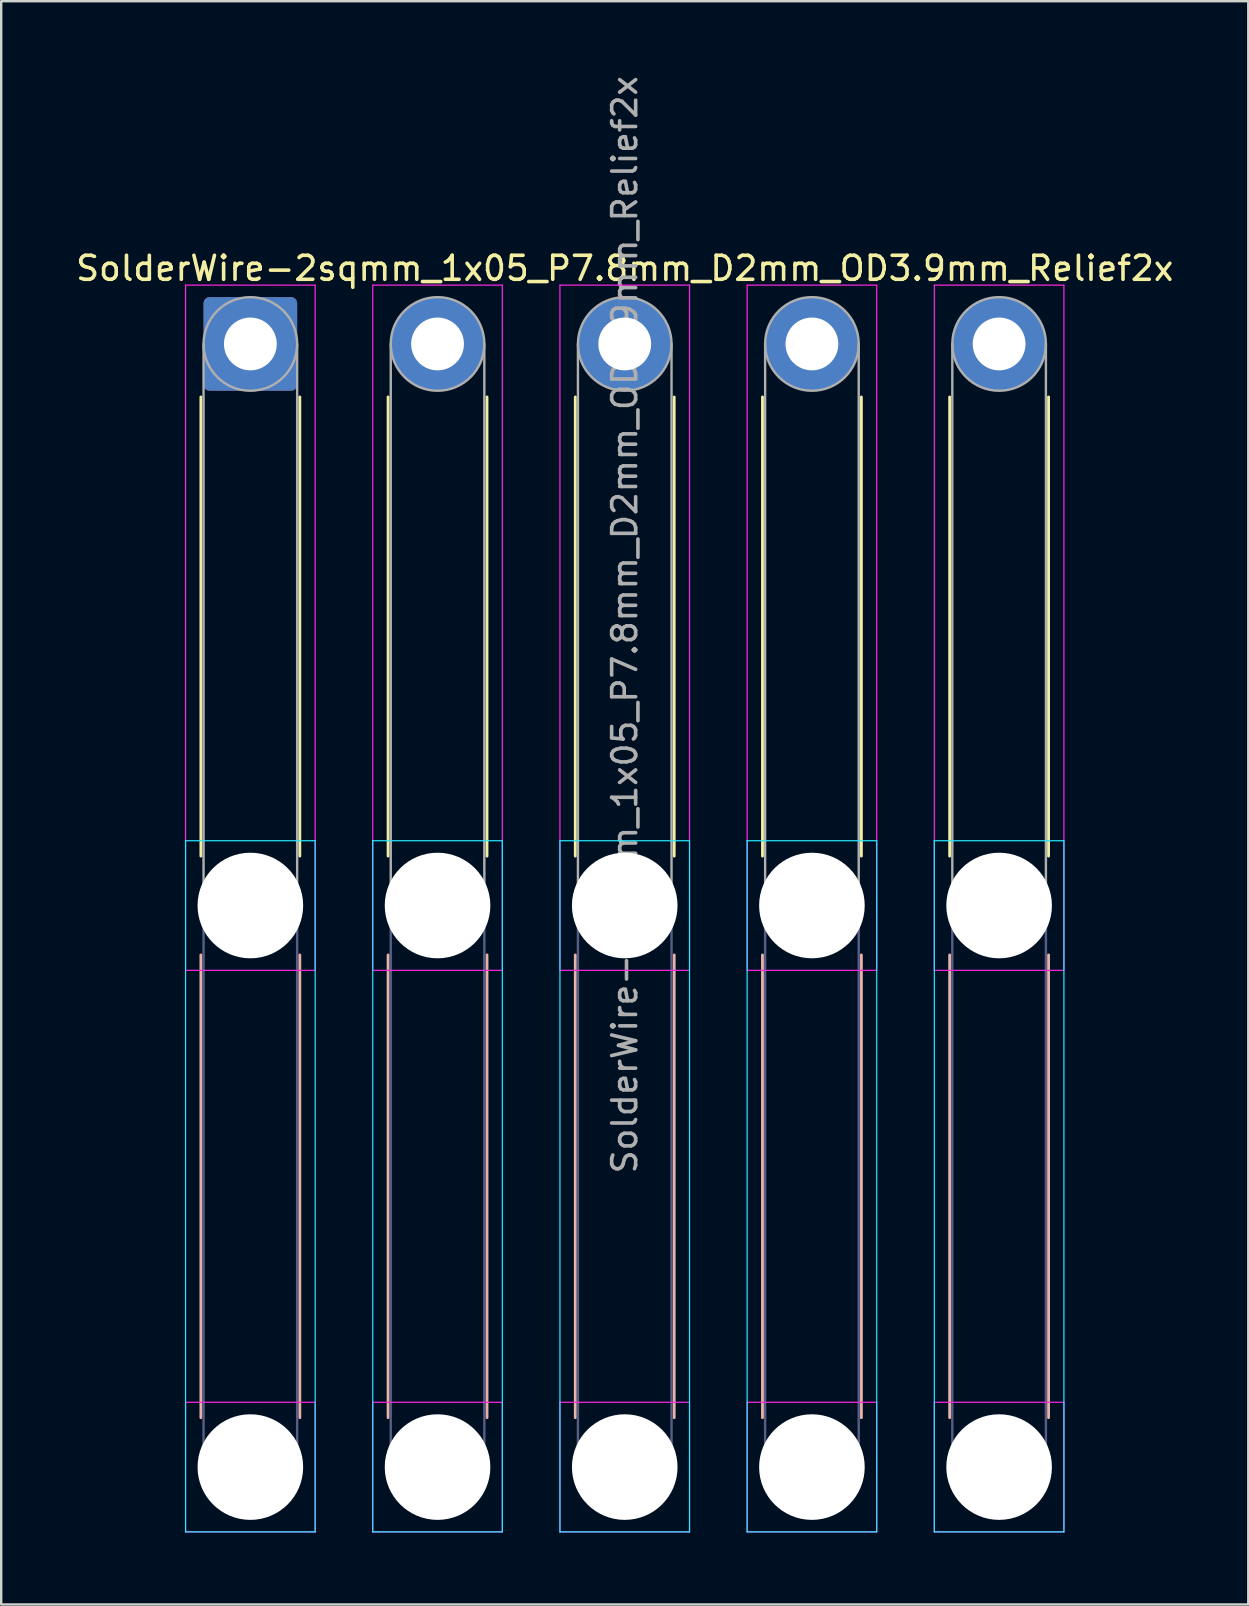
<source format=kicad_pcb>
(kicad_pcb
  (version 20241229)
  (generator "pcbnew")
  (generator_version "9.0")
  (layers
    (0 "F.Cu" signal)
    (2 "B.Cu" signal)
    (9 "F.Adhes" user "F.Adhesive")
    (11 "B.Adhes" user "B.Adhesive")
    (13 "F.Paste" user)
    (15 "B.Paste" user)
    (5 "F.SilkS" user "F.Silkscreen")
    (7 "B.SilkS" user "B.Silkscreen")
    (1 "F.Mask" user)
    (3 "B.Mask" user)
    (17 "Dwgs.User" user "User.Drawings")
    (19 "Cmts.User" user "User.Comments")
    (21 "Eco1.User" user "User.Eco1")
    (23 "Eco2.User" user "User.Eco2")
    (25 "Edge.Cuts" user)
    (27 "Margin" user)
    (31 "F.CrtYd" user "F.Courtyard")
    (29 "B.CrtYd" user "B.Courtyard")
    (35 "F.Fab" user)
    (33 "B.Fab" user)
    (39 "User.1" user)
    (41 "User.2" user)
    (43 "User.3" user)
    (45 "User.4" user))
  (footprint "SolderWire-2sqmm_1x05_P7.8mm_D2mm_OD3.9mm_Relief2x"
    (layer "F.Cu")
    (at 7.382 11.282)
    (property "Reference" "SolderWire-2sqmm_1x05_P7.8mm_D2mm_OD3.9mm_Relief2x" (at 15.6 -3.15 0) (layer "F.SilkS") (effects (font (size 1 1) (thickness 0.15))))
    (attr exclude_from_pos_files exclude_from_bom)
    (fp_line (start -2.06 2.21) (end -2.06 21.34) (stroke (width 0.12) (type solid)) (layer "F.SilkS"))
    (fp_line (start 2.06 2.21) (end 2.06 21.34) (stroke (width 0.12) (type solid)) (layer "F.SilkS"))
    (fp_line (start 5.74 2.21) (end 5.74 21.34) (stroke (width 0.12) (type solid)) (layer "F.SilkS"))
    (fp_line (start 9.86 2.21) (end 9.86 21.34) (stroke (width 0.12) (type solid)) (layer "F.SilkS"))
    (fp_line (start 13.54 2.21) (end 13.54 21.34) (stroke (width 0.12) (type solid)) (layer "F.SilkS"))
    (fp_line (start 17.66 2.21) (end 17.66 21.34) (stroke (width 0.12) (type solid)) (layer "F.SilkS"))
    (fp_line (start 21.34 2.21) (end 21.34 21.34) (stroke (width 0.12) (type solid)) (layer "F.SilkS"))
    (fp_line (start 25.46 2.21) (end 25.46 21.34) (stroke (width 0.12) (type solid)) (layer "F.SilkS"))
    (fp_line (start 29.14 2.21) (end 29.14 21.34) (stroke (width 0.12) (type solid)) (layer "F.SilkS"))
    (fp_line (start 33.26 2.21) (end 33.26 21.34) (stroke (width 0.12) (type solid)) (layer "F.SilkS"))
    (fp_line (start -2.06 25.46) (end -2.06 44.74) (stroke (width 0.12) (type solid)) (layer "B.SilkS"))
    (fp_line (start 2.06 25.46) (end 2.06 44.74) (stroke (width 0.12) (type solid)) (layer "B.SilkS"))
    (fp_line (start 5.74 25.46) (end 5.74 44.74) (stroke (width 0.12) (type solid)) (layer "B.SilkS"))
    (fp_line (start 9.86 25.46) (end 9.86 44.74) (stroke (width 0.12) (type solid)) (layer "B.SilkS"))
    (fp_line (start 13.54 25.46) (end 13.54 44.74) (stroke (width 0.12) (type solid)) (layer "B.SilkS"))
    (fp_line (start 17.66 25.46) (end 17.66 44.74) (stroke (width 0.12) (type solid)) (layer "B.SilkS"))
    (fp_line (start 21.34 25.46) (end 21.34 44.74) (stroke (width 0.12) (type solid)) (layer "B.SilkS"))
    (fp_line (start 25.46 25.46) (end 25.46 44.74) (stroke (width 0.12) (type solid)) (layer "B.SilkS"))
    (fp_line (start 29.14 25.46) (end 29.14 44.74) (stroke (width 0.12) (type solid)) (layer "B.SilkS"))
    (fp_line (start 33.26 25.46) (end 33.26 44.74) (stroke (width 0.12) (type solid)) (layer "B.SilkS"))
    (fp_line (start -2.7 20.7) (end -2.7 49.5) (stroke (width 0.05) (type solid)) (layer "B.CrtYd"))
    (fp_line (start -2.7 49.5) (end 2.7 49.5) (stroke (width 0.05) (type solid)) (layer "B.CrtYd"))
    (fp_line (start 2.7 20.7) (end -2.7 20.7) (stroke (width 0.05) (type solid)) (layer "B.CrtYd"))
    (fp_line (start 2.7 49.5) (end 2.7 20.7) (stroke (width 0.05) (type solid)) (layer "B.CrtYd"))
    (fp_line (start 5.1 20.7) (end 5.1 49.5) (stroke (width 0.05) (type solid)) (layer "B.CrtYd"))
    (fp_line (start 5.1 49.5) (end 10.5 49.5) (stroke (width 0.05) (type solid)) (layer "B.CrtYd"))
    (fp_line (start 10.5 20.7) (end 5.1 20.7) (stroke (width 0.05) (type solid)) (layer "B.CrtYd"))
    (fp_line (start 10.5 49.5) (end 10.5 20.7) (stroke (width 0.05) (type solid)) (layer "B.CrtYd"))
    (fp_line (start 12.9 20.7) (end 12.9 49.5) (stroke (width 0.05) (type solid)) (layer "B.CrtYd"))
    (fp_line (start 12.9 49.5) (end 18.3 49.5) (stroke (width 0.05) (type solid)) (layer "B.CrtYd"))
    (fp_line (start 18.3 20.7) (end 12.9 20.7) (stroke (width 0.05) (type solid)) (layer "B.CrtYd"))
    (fp_line (start 18.3 49.5) (end 18.3 20.7) (stroke (width 0.05) (type solid)) (layer "B.CrtYd"))
    (fp_line (start 20.7 20.7) (end 20.7 49.5) (stroke (width 0.05) (type solid)) (layer "B.CrtYd"))
    (fp_line (start 20.7 49.5) (end 26.1 49.5) (stroke (width 0.05) (type solid)) (layer "B.CrtYd"))
    (fp_line (start 26.1 20.7) (end 20.7 20.7) (stroke (width 0.05) (type solid)) (layer "B.CrtYd"))
    (fp_line (start 26.1 49.5) (end 26.1 20.7) (stroke (width 0.05) (type solid)) (layer "B.CrtYd"))
    (fp_line (start 28.5 20.7) (end 28.5 49.5) (stroke (width 0.05) (type solid)) (layer "B.CrtYd"))
    (fp_line (start 28.5 49.5) (end 33.9 49.5) (stroke (width 0.05) (type solid)) (layer "B.CrtYd"))
    (fp_line (start 33.9 20.7) (end 28.5 20.7) (stroke (width 0.05) (type solid)) (layer "B.CrtYd"))
    (fp_line (start 33.9 49.5) (end 33.9 20.7) (stroke (width 0.05) (type solid)) (layer "B.CrtYd"))
    (fp_line (start -2.7 -2.45) (end -2.7 26.1) (stroke (width 0.05) (type solid)) (layer "F.CrtYd"))
    (fp_line (start -2.7 26.1) (end 2.7 26.1) (stroke (width 0.05) (type solid)) (layer "F.CrtYd"))
    (fp_line (start -2.7 44.1) (end -2.7 49.5) (stroke (width 0.05) (type solid)) (layer "F.CrtYd"))
    (fp_line (start -2.7 49.5) (end 2.7 49.5) (stroke (width 0.05) (type solid)) (layer "F.CrtYd"))
    (fp_line (start 2.7 -2.45) (end -2.7 -2.45) (stroke (width 0.05) (type solid)) (layer "F.CrtYd"))
    (fp_line (start 2.7 26.1) (end 2.7 -2.45) (stroke (width 0.05) (type solid)) (layer "F.CrtYd"))
    (fp_line (start 2.7 44.1) (end -2.7 44.1) (stroke (width 0.05) (type solid)) (layer "F.CrtYd"))
    (fp_line (start 2.7 49.5) (end 2.7 44.1) (stroke (width 0.05) (type solid)) (layer "F.CrtYd"))
    (fp_line (start 5.1 -2.45) (end 5.1 26.1) (stroke (width 0.05) (type solid)) (layer "F.CrtYd"))
    (fp_line (start 5.1 26.1) (end 10.5 26.1) (stroke (width 0.05) (type solid)) (layer "F.CrtYd"))
    (fp_line (start 5.1 44.1) (end 5.1 49.5) (stroke (width 0.05) (type solid)) (layer "F.CrtYd"))
    (fp_line (start 5.1 49.5) (end 10.5 49.5) (stroke (width 0.05) (type solid)) (layer "F.CrtYd"))
    (fp_line (start 10.5 -2.45) (end 5.1 -2.45) (stroke (width 0.05) (type solid)) (layer "F.CrtYd"))
    (fp_line (start 10.5 26.1) (end 10.5 -2.45) (stroke (width 0.05) (type solid)) (layer "F.CrtYd"))
    (fp_line (start 10.5 44.1) (end 5.1 44.1) (stroke (width 0.05) (type solid)) (layer "F.CrtYd"))
    (fp_line (start 10.5 49.5) (end 10.5 44.1) (stroke (width 0.05) (type solid)) (layer "F.CrtYd"))
    (fp_line (start 12.9 -2.45) (end 12.9 26.1) (stroke (width 0.05) (type solid)) (layer "F.CrtYd"))
    (fp_line (start 12.9 26.1) (end 18.3 26.1) (stroke (width 0.05) (type solid)) (layer "F.CrtYd"))
    (fp_line (start 12.9 44.1) (end 12.9 49.5) (stroke (width 0.05) (type solid)) (layer "F.CrtYd"))
    (fp_line (start 12.9 49.5) (end 18.3 49.5) (stroke (width 0.05) (type solid)) (layer "F.CrtYd"))
    (fp_line (start 18.3 -2.45) (end 12.9 -2.45) (stroke (width 0.05) (type solid)) (layer "F.CrtYd"))
    (fp_line (start 18.3 26.1) (end 18.3 -2.45) (stroke (width 0.05) (type solid)) (layer "F.CrtYd"))
    (fp_line (start 18.3 44.1) (end 12.9 44.1) (stroke (width 0.05) (type solid)) (layer "F.CrtYd"))
    (fp_line (start 18.3 49.5) (end 18.3 44.1) (stroke (width 0.05) (type solid)) (layer "F.CrtYd"))
    (fp_line (start 20.7 -2.45) (end 20.7 26.1) (stroke (width 0.05) (type solid)) (layer "F.CrtYd"))
    (fp_line (start 20.7 26.1) (end 26.1 26.1) (stroke (width 0.05) (type solid)) (layer "F.CrtYd"))
    (fp_line (start 20.7 44.1) (end 20.7 49.5) (stroke (width 0.05) (type solid)) (layer "F.CrtYd"))
    (fp_line (start 20.7 49.5) (end 26.1 49.5) (stroke (width 0.05) (type solid)) (layer "F.CrtYd"))
    (fp_line (start 26.1 -2.45) (end 20.7 -2.45) (stroke (width 0.05) (type solid)) (layer "F.CrtYd"))
    (fp_line (start 26.1 26.1) (end 26.1 -2.45) (stroke (width 0.05) (type solid)) (layer "F.CrtYd"))
    (fp_line (start 26.1 44.1) (end 20.7 44.1) (stroke (width 0.05) (type solid)) (layer "F.CrtYd"))
    (fp_line (start 26.1 49.5) (end 26.1 44.1) (stroke (width 0.05) (type solid)) (layer "F.CrtYd"))
    (fp_line (start 28.5 -2.45) (end 28.5 26.1) (stroke (width 0.05) (type solid)) (layer "F.CrtYd"))
    (fp_line (start 28.5 26.1) (end 33.9 26.1) (stroke (width 0.05) (type solid)) (layer "F.CrtYd"))
    (fp_line (start 28.5 44.1) (end 28.5 49.5) (stroke (width 0.05) (type solid)) (layer "F.CrtYd"))
    (fp_line (start 28.5 49.5) (end 33.9 49.5) (stroke (width 0.05) (type solid)) (layer "F.CrtYd"))
    (fp_line (start 33.9 -2.45) (end 28.5 -2.45) (stroke (width 0.05) (type solid)) (layer "F.CrtYd"))
    (fp_line (start 33.9 26.1) (end 33.9 -2.45) (stroke (width 0.05) (type solid)) (layer "F.CrtYd"))
    (fp_line (start 33.9 44.1) (end 28.5 44.1) (stroke (width 0.05) (type solid)) (layer "F.CrtYd"))
    (fp_line (start 33.9 49.5) (end 33.9 44.1) (stroke (width 0.05) (type solid)) (layer "F.CrtYd"))
    (fp_line (start -1.95 23.4) (end -1.95 46.8) (stroke (width 0.1) (type solid)) (layer "B.Fab"))
    (fp_line (start 1.95 23.4) (end 1.95 46.8) (stroke (width 0.1) (type solid)) (layer "B.Fab"))
    (fp_line (start 5.85 23.4) (end 5.85 46.8) (stroke (width 0.1) (type solid)) (layer "B.Fab"))
    (fp_line (start 9.75 23.4) (end 9.75 46.8) (stroke (width 0.1) (type solid)) (layer "B.Fab"))
    (fp_line (start 13.65 23.4) (end 13.65 46.8) (stroke (width 0.1) (type solid)) (layer "B.Fab"))
    (fp_line (start 17.55 23.4) (end 17.55 46.8) (stroke (width 0.1) (type solid)) (layer "B.Fab"))
    (fp_line (start 21.45 23.4) (end 21.45 46.8) (stroke (width 0.1) (type solid)) (layer "B.Fab"))
    (fp_line (start 25.35 23.4) (end 25.35 46.8) (stroke (width 0.1) (type solid)) (layer "B.Fab"))
    (fp_line (start 29.25 23.4) (end 29.25 46.8) (stroke (width 0.1) (type solid)) (layer "B.Fab"))
    (fp_line (start 33.15 23.4) (end 33.15 46.8) (stroke (width 0.1) (type solid)) (layer "B.Fab"))
    (fp_circle (center 0 23.4) (end 1.95 23.4) (stroke (width 0.1) (type solid)) (fill no) (layer "B.Fab"))
    (fp_circle (center 0 46.8) (end 1.95 46.8) (stroke (width 0.1) (type solid)) (fill no) (layer "B.Fab"))
    (fp_circle (center 7.8 23.4) (end 9.75 23.4) (stroke (width 0.1) (type solid)) (fill no) (layer "B.Fab"))
    (fp_circle (center 7.8 46.8) (end 9.75 46.8) (stroke (width 0.1) (type solid)) (fill no) (layer "B.Fab"))
    (fp_circle (center 15.6 23.4) (end 17.55 23.4) (stroke (width 0.1) (type solid)) (fill no) (layer "B.Fab"))
    (fp_circle (center 15.6 46.8) (end 17.55 46.8) (stroke (width 0.1) (type solid)) (fill no) (layer "B.Fab"))
    (fp_circle (center 23.4 23.4) (end 25.35 23.4) (stroke (width 0.1) (type solid)) (fill no) (layer "B.Fab"))
    (fp_circle (center 23.4 46.8) (end 25.35 46.8) (stroke (width 0.1) (type solid)) (fill no) (layer "B.Fab"))
    (fp_circle (center 31.2 23.4) (end 33.15 23.4) (stroke (width 0.1) (type solid)) (fill no) (layer "B.Fab"))
    (fp_circle (center 31.2 46.8) (end 33.15 46.8) (stroke (width 0.1) (type solid)) (fill no) (layer "B.Fab"))
    (fp_line (start -1.95 0) (end -1.95 23.4) (stroke (width 0.1) (type solid)) (layer "F.Fab"))
    (fp_line (start 1.95 0) (end 1.95 23.4) (stroke (width 0.1) (type solid)) (layer "F.Fab"))
    (fp_line (start 5.85 0) (end 5.85 23.4) (stroke (width 0.1) (type solid)) (layer "F.Fab"))
    (fp_line (start 9.75 0) (end 9.75 23.4) (stroke (width 0.1) (type solid)) (layer "F.Fab"))
    (fp_line (start 13.65 0) (end 13.65 23.4) (stroke (width 0.1) (type solid)) (layer "F.Fab"))
    (fp_line (start 17.55 0) (end 17.55 23.4) (stroke (width 0.1) (type solid)) (layer "F.Fab"))
    (fp_line (start 21.45 0) (end 21.45 23.4) (stroke (width 0.1) (type solid)) (layer "F.Fab"))
    (fp_line (start 25.35 0) (end 25.35 23.4) (stroke (width 0.1) (type solid)) (layer "F.Fab"))
    (fp_line (start 29.25 0) (end 29.25 23.4) (stroke (width 0.1) (type solid)) (layer "F.Fab"))
    (fp_line (start 33.15 0) (end 33.15 23.4) (stroke (width 0.1) (type solid)) (layer "F.Fab"))
    (fp_circle (center 0 0) (end 1.95 0) (stroke (width 0.1) (type solid)) (fill no) (layer "F.Fab"))
    (fp_circle (center 0 23.4) (end 1.95 23.4) (stroke (width 0.1) (type solid)) (fill no) (layer "F.Fab"))
    (fp_circle (center 0 46.8) (end 1.95 46.8) (stroke (width 0.1) (type solid)) (fill no) (layer "F.Fab"))
    (fp_circle (center 7.8 0) (end 9.75 0) (stroke (width 0.1) (type solid)) (fill no) (layer "F.Fab"))
    (fp_circle (center 7.8 23.4) (end 9.75 23.4) (stroke (width 0.1) (type solid)) (fill no) (layer "F.Fab"))
    (fp_circle (center 7.8 46.8) (end 9.75 46.8) (stroke (width 0.1) (type solid)) (fill no) (layer "F.Fab"))
    (fp_circle (center 15.6 0) (end 17.55 0) (stroke (width 0.1) (type solid)) (fill no) (layer "F.Fab"))
    (fp_circle (center 15.6 23.4) (end 17.55 23.4) (stroke (width 0.1) (type solid)) (fill no) (layer "F.Fab"))
    (fp_circle (center 15.6 46.8) (end 17.55 46.8) (stroke (width 0.1) (type solid)) (fill no) (layer "F.Fab"))
    (fp_circle (center 23.4 0) (end 25.35 0) (stroke (width 0.1) (type solid)) (fill no) (layer "F.Fab"))
    (fp_circle (center 23.4 23.4) (end 25.35 23.4) (stroke (width 0.1) (type solid)) (fill no) (layer "F.Fab"))
    (fp_circle (center 23.4 46.8) (end 25.35 46.8) (stroke (width 0.1) (type solid)) (fill no) (layer "F.Fab"))
    (fp_circle (center 31.2 0) (end 33.15 0) (stroke (width 0.1) (type solid)) (fill no) (layer "F.Fab"))
    (fp_circle (center 31.2 23.4) (end 33.15 23.4) (stroke (width 0.1) (type solid)) (fill no) (layer "F.Fab"))
    (fp_circle (center 31.2 46.8) (end 33.15 46.8) (stroke (width 0.1) (type solid)) (fill no) (layer "F.Fab"))
    (fp_text user "${REFERENCE}" (at 15.6 11.7 90) (layer "F.Fab") (effects (font (size 1 1) (thickness 0.15))))
    (pad "" np_thru_hole circle (at 0 23.4) (size 4.4 4.4) (drill 4.4) (layers "*.Cu" "*.Mask"))
    (pad "" np_thru_hole circle (at 0 46.8) (size 4.4 4.4) (drill 4.4) (layers "*.Cu" "*.Mask"))
    (pad "" np_thru_hole circle (at 7.8 23.4) (size 4.4 4.4) (drill 4.4) (layers "*.Cu" "*.Mask"))
    (pad "" np_thru_hole circle (at 7.8 46.8) (size 4.4 4.4) (drill 4.4) (layers "*.Cu" "*.Mask"))
    (pad "" np_thru_hole circle (at 15.6 23.4) (size 4.4 4.4) (drill 4.4) (layers "*.Cu" "*.Mask"))
    (pad "" np_thru_hole circle (at 15.6 46.8) (size 4.4 4.4) (drill 4.4) (layers "*.Cu" "*.Mask"))
    (pad "" np_thru_hole circle (at 23.4 23.4) (size 4.4 4.4) (drill 4.4) (layers "*.Cu" "*.Mask"))
    (pad "" np_thru_hole circle (at 23.4 46.8) (size 4.4 4.4) (drill 4.4) (layers "*.Cu" "*.Mask"))
    (pad "" np_thru_hole circle (at 31.2 23.4) (size 4.4 4.4) (drill 4.4) (layers "*.Cu" "*.Mask"))
    (pad "" np_thru_hole circle (at 31.2 46.8) (size 4.4 4.4) (drill 4.4) (layers "*.Cu" "*.Mask"))
    (pad "1" thru_hole roundrect (at 0 0) (size 3.9 3.9) (drill 2.2) (layers "*.Cu" "*.Mask") (roundrect_rratio 0.064))
    (pad "2" thru_hole circle (at 7.8 0) (size 3.9 3.9) (drill 2.2) (layers "*.Cu" "*.Mask"))
    (pad "3" thru_hole circle (at 15.6 0) (size 3.9 3.9) (drill 2.2) (layers "*.Cu" "*.Mask"))
    (pad "4" thru_hole circle (at 23.4 0) (size 3.9 3.9) (drill 2.2) (layers "*.Cu" "*.Mask"))
    (pad "5" thru_hole circle (at 31.2 0) (size 3.9 3.9) (drill 2.2) (layers "*.Cu" "*.Mask")))
  (gr_rect
    (start -3 -3)
    (end 48.964 63.807)
    (stroke (width 0.1) (type default))
    (fill no)
    (layer "Edge.Cuts")))
</source>
